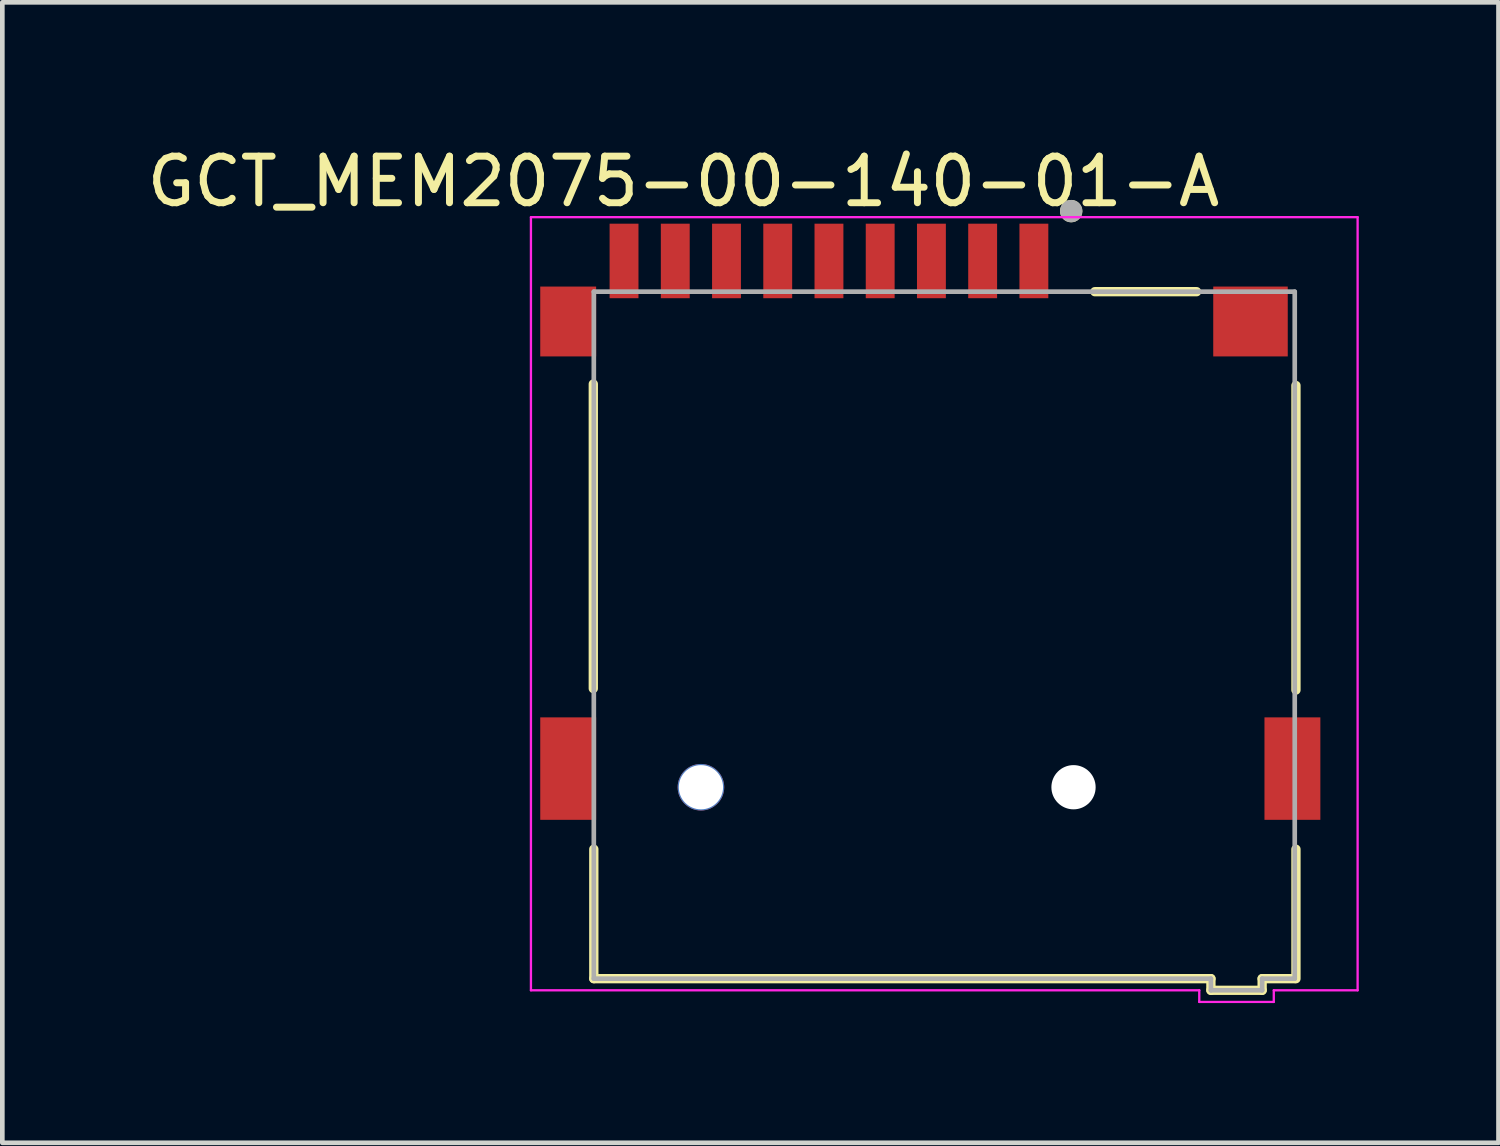
<source format=kicad_pcb>
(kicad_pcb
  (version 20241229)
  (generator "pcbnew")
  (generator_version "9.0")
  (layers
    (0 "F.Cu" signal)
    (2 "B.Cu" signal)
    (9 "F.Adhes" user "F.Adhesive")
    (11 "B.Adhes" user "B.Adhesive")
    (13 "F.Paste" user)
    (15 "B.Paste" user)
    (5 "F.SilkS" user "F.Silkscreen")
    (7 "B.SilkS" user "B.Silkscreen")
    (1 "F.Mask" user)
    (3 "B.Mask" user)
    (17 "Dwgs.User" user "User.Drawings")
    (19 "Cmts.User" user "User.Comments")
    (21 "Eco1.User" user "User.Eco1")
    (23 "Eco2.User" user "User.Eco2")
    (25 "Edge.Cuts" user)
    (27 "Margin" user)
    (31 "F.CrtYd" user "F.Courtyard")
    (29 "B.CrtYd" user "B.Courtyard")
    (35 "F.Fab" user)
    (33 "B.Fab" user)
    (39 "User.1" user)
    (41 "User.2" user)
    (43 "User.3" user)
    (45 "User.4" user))
  (footprint "GCT_MEM2075-00-140-01-A"
    (layer "F.Cu")
    (at 16.75 13.983)
    (property "Reference" "GCT_MEM2075-00-140-01-A" (at -5.125 -13.135 0) (layer "F.SilkS") (effects (font (size 1 1) (thickness 0.15))))
    (attr smd)
    (fp_line (start -7.061 -2.249) (end -7.061 -8.788) (stroke (width 0.2) (type solid)) (layer "F.SilkS"))
    (fp_line (start -7.05 3.98) (end -7.05 1.2) (stroke (width 0.2) (type solid)) (layer "F.SilkS"))
    (fp_line (start -7.05 3.98) (end 6.2 3.98) (stroke (width 0.2) (type solid)) (layer "F.SilkS"))
    (fp_line (start 3.708 -10.77) (end 5.893 -10.77) (stroke (width 0.2) (type solid)) (layer "F.SilkS"))
    (fp_line (start 6.2 3.98) (end 6.2 4.23) (stroke (width 0.2) (type solid)) (layer "F.SilkS"))
    (fp_line (start 6.2 4.23) (end 7.3 4.23) (stroke (width 0.2) (type solid)) (layer "F.SilkS"))
    (fp_line (start 7.3 3.98) (end 8 3.98) (stroke (width 0.2) (type solid)) (layer "F.SilkS"))
    (fp_line (start 7.3 4.23) (end 7.3 3.98) (stroke (width 0.2) (type solid)) (layer "F.SilkS"))
    (fp_line (start 8.026 -2.217) (end 8.026 -8.756) (stroke (width 0.2) (type solid)) (layer "F.SilkS"))
    (fp_line (start 8.026 3.981) (end 8.026 1.201) (stroke (width 0.2) (type solid)) (layer "F.SilkS"))
    (fp_circle (center 3.2 -12.5) (end 3.32 -12.5) (stroke (width 0.24) (type solid)) (fill no) (layer "F.SilkS"))
    (fp_line (start -8.4 -12.37) (end 9.35 -12.37) (stroke (width 0.05) (type solid)) (layer "F.CrtYd"))
    (fp_line (start -8.4 4.23) (end -8.4 -12.37) (stroke (width 0.05) (type solid)) (layer "F.CrtYd"))
    (fp_line (start -8.4 4.23) (end 5.95 4.23) (stroke (width 0.05) (type solid)) (layer "F.CrtYd"))
    (fp_line (start 5.95 4.23) (end 5.95 4.48) (stroke (width 0.05) (type solid)) (layer "F.CrtYd"))
    (fp_line (start 5.95 4.48) (end 7.55 4.48) (stroke (width 0.05) (type solid)) (layer "F.CrtYd"))
    (fp_line (start 7.55 4.23) (end 9.35 4.23) (stroke (width 0.05) (type solid)) (layer "F.CrtYd"))
    (fp_line (start 7.55 4.48) (end 7.55 4.23) (stroke (width 0.05) (type solid)) (layer "F.CrtYd"))
    (fp_line (start 9.35 -12.37) (end 9.35 4.23) (stroke (width 0.05) (type solid)) (layer "F.CrtYd"))
    (fp_line (start -7.05 -10.77) (end 8 -10.77) (stroke (width 0.1) (type solid)) (layer "F.Fab"))
    (fp_line (start -7.05 3.98) (end -7.05 -10.77) (stroke (width 0.1) (type solid)) (layer "F.Fab"))
    (fp_line (start -7.05 3.98) (end 6.2 3.98) (stroke (width 0.1) (type solid)) (layer "F.Fab"))
    (fp_line (start 6.2 3.98) (end 6.2 4.23) (stroke (width 0.1) (type solid)) (layer "F.Fab"))
    (fp_line (start 6.2 4.23) (end 7.3 4.23) (stroke (width 0.1) (type solid)) (layer "F.Fab"))
    (fp_line (start 7.3 3.98) (end 8 3.98) (stroke (width 0.1) (type solid)) (layer "F.Fab"))
    (fp_line (start 7.3 4.23) (end 7.3 3.98) (stroke (width 0.1) (type solid)) (layer "F.Fab"))
    (fp_line (start 8 3.98) (end 8 -10.77) (stroke (width 0.1) (type solid)) (layer "F.Fab"))
    (fp_circle (center 3.2 -12.5) (end 3.32 -12.5) (stroke (width 0.24) (type solid)) (fill no) (layer "F.Fab"))
    (pad "" np_thru_hole circle (at -4.75 -0.13) (size 1 1) (drill 0.95) (layers "*.Cu" "*.Mask"))
    (pad "" np_thru_hole circle (at 3.25 -0.13) (size 0.95 0.95) (drill 1) (layers "*.Cu" "*.Mask"))
    (pad "1" smd rect (at 2.399 -11.43) (size 0.62 1.6) (layers "F.Cu" "F.Mask" "F.Paste"))
    (pad "2" smd rect (at 1.299 -11.43) (size 0.62 1.6) (layers "F.Cu" "F.Mask" "F.Paste"))
    (pad "3" smd rect (at 0.199 -11.43) (size 0.62 1.6) (layers "F.Cu" "F.Mask" "F.Paste"))
    (pad "4" smd rect (at -0.901 -11.43) (size 0.62 1.6) (layers "F.Cu" "F.Mask" "F.Paste"))
    (pad "5" smd rect (at -2.001 -11.43) (size 0.62 1.6) (layers "F.Cu" "F.Mask" "F.Paste"))
    (pad "6" smd rect (at -3.101 -11.43) (size 0.62 1.6) (layers "F.Cu" "F.Mask" "F.Paste"))
    (pad "7" smd rect (at -4.201 -11.43) (size 0.62 1.6) (layers "F.Cu" "F.Mask" "F.Paste"))
    (pad "8" smd rect (at -5.301 -11.43) (size 0.62 1.6) (layers "F.Cu" "F.Mask" "F.Paste"))
    (pad "9" smd rect (at -7.6 -10.13) (size 1.2 1.5) (layers "F.Cu" "F.Mask" "F.Paste"))
    (pad "9" smd rect (at -7.6 -0.53) (size 1.2 2.2) (layers "F.Cu" "F.Mask" "F.Paste"))
    (pad "9" smd rect (at -6.401 -11.43) (size 0.62 1.6) (layers "F.Cu" "F.Mask" "F.Paste"))
    (pad "9" smd rect (at 7.05 -10.13) (size 1.6 1.5) (layers "F.Cu" "F.Mask" "F.Paste"))
    (pad "9" smd rect (at 7.95 -0.53) (size 1.2 2.2) (layers "F.Cu" "F.Mask" "F.Paste")))
  (gr_rect
    (start -3 -3)
    (end 29.125 21.488)
    (stroke (width 0.1) (type default))
    (fill no)
    (layer "Edge.Cuts")))
</source>
